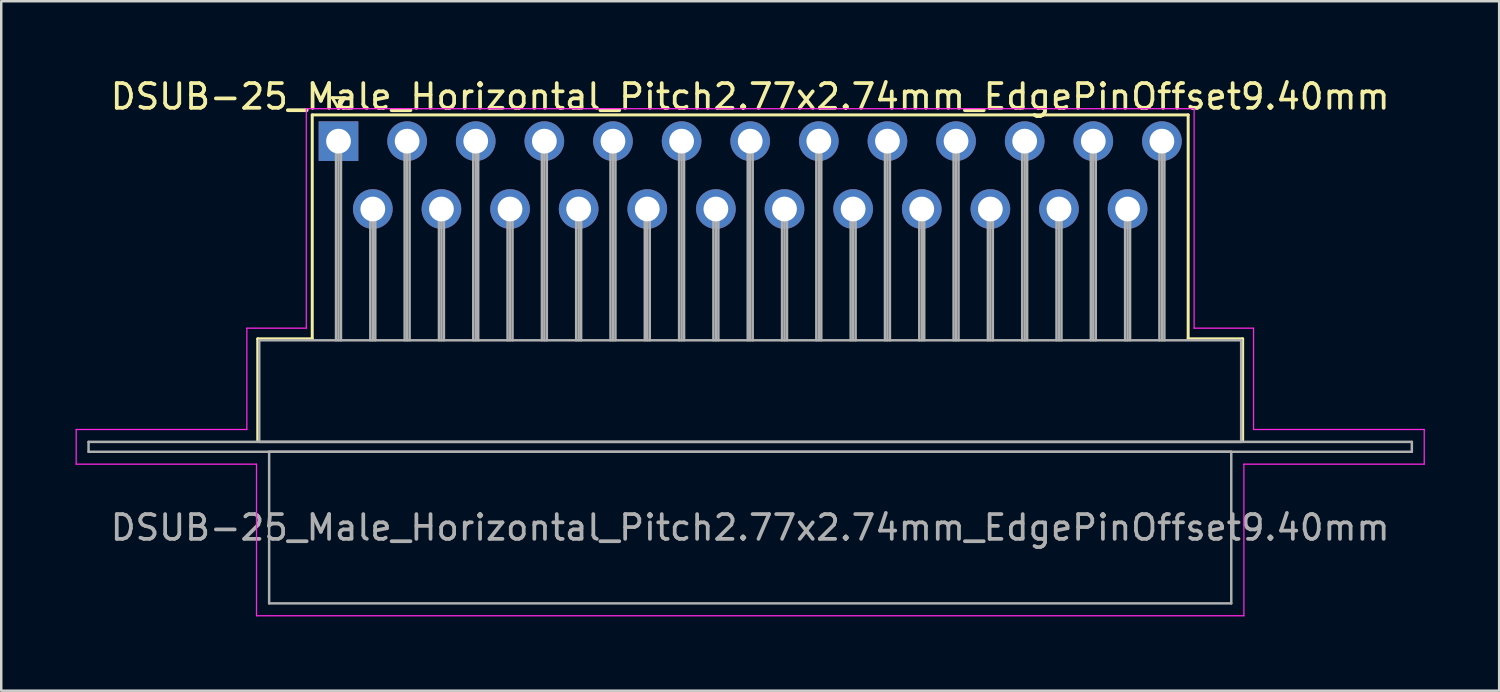
<source format=kicad_pcb>
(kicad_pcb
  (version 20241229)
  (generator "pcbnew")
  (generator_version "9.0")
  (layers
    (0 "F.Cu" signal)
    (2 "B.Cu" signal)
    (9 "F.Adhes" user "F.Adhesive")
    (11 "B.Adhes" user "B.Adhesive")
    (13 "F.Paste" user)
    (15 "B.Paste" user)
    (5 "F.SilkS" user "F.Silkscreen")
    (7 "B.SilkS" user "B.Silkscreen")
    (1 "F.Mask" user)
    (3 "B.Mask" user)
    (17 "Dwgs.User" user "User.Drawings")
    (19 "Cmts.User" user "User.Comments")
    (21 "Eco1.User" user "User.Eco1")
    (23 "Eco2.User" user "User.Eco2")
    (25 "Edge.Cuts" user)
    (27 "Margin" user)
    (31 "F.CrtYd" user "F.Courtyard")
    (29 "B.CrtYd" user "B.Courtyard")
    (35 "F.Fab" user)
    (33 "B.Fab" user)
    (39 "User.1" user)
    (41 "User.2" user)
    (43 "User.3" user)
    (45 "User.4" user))
  (footprint "DSUB-25_Male_Horizontal_Pitch2.77x2.74mm_EdgePinOffset9.40mm"
    (layer "F.Cu")
    (at 10.615 2.648)
    (property "Reference" "DSUB-25_Male_Horizontal_Pitch2.77x2.74mm_EdgePinOffset9.40mm" (at 16.62 -1.8 0) (layer "F.SilkS") (effects (font (size 1 1) (thickness 0.15))))
    (attr through_hole)
    (fp_line (start -3.26 7.98) (end -1.06 7.98) (stroke (width 0.12) (type solid)) (layer "F.SilkS"))
    (fp_line (start -3.26 12.08) (end -3.26 7.98) (stroke (width 0.12) (type solid)) (layer "F.SilkS"))
    (fp_line (start -1.06 -1.06) (end 34.3 -1.06) (stroke (width 0.12) (type solid)) (layer "F.SilkS"))
    (fp_line (start -1.06 7.98) (end -1.06 -1.06) (stroke (width 0.12) (type solid)) (layer "F.SilkS"))
    (fp_line (start -0.25 -1.754) (end 0.25 -1.754) (stroke (width 0.12) (type solid)) (layer "F.SilkS"))
    (fp_line (start 0 -1.321) (end -0.25 -1.754) (stroke (width 0.12) (type solid)) (layer "F.SilkS"))
    (fp_line (start 0.25 -1.754) (end 0 -1.321) (stroke (width 0.12) (type solid)) (layer "F.SilkS"))
    (fp_line (start 34.3 -1.06) (end 34.3 7.98) (stroke (width 0.12) (type solid)) (layer "F.SilkS"))
    (fp_line (start 34.3 7.98) (end 36.5 7.98) (stroke (width 0.12) (type solid)) (layer "F.SilkS"))
    (fp_line (start 36.5 7.98) (end 36.5 12.08) (stroke (width 0.12) (type solid)) (layer "F.SilkS"))
    (fp_line (start -10.59 11.64) (end -3.7 11.64) (stroke (width 0.05) (type solid)) (layer "F.CrtYd"))
    (fp_line (start -10.59 13.04) (end -10.59 11.64) (stroke (width 0.05) (type solid)) (layer "F.CrtYd"))
    (fp_line (start -3.7 7.55) (end -1.3 7.55) (stroke (width 0.05) (type solid)) (layer "F.CrtYd"))
    (fp_line (start -3.7 11.64) (end -3.7 7.55) (stroke (width 0.05) (type solid)) (layer "F.CrtYd"))
    (fp_line (start -3.31 13.04) (end -10.59 13.04) (stroke (width 0.05) (type solid)) (layer "F.CrtYd"))
    (fp_line (start -3.31 19.16) (end -3.31 13.04) (stroke (width 0.05) (type solid)) (layer "F.CrtYd"))
    (fp_line (start -1.3 -1.31) (end 34.54 -1.31) (stroke (width 0.05) (type solid)) (layer "F.CrtYd"))
    (fp_line (start -1.3 7.55) (end -1.3 -1.31) (stroke (width 0.05) (type solid)) (layer "F.CrtYd"))
    (fp_line (start 34.54 -1.31) (end 34.54 7.55) (stroke (width 0.05) (type solid)) (layer "F.CrtYd"))
    (fp_line (start 34.54 7.55) (end 36.94 7.55) (stroke (width 0.05) (type solid)) (layer "F.CrtYd"))
    (fp_line (start 36.55 13.04) (end 36.55 19.16) (stroke (width 0.05) (type solid)) (layer "F.CrtYd"))
    (fp_line (start 36.55 19.16) (end -3.31 19.16) (stroke (width 0.05) (type solid)) (layer "F.CrtYd"))
    (fp_line (start 36.94 7.55) (end 36.94 11.64) (stroke (width 0.05) (type solid)) (layer "F.CrtYd"))
    (fp_line (start 36.94 11.64) (end 43.83 11.64) (stroke (width 0.05) (type solid)) (layer "F.CrtYd"))
    (fp_line (start 43.83 11.64) (end 43.83 13.04) (stroke (width 0.05) (type solid)) (layer "F.CrtYd"))
    (fp_line (start 43.83 13.04) (end 36.55 13.04) (stroke (width 0.05) (type solid)) (layer "F.CrtYd"))
    (fp_line (start -10.09 12.14) (end -10.09 12.54) (stroke (width 0.1) (type solid)) (layer "F.Fab"))
    (fp_line (start -10.09 12.54) (end 43.33 12.54) (stroke (width 0.1) (type solid)) (layer "F.Fab"))
    (fp_line (start -3.2 8.04) (end -3.2 12.14) (stroke (width 0.1) (type solid)) (layer "F.Fab"))
    (fp_line (start -3.2 12.14) (end 36.44 12.14) (stroke (width 0.1) (type solid)) (layer "F.Fab"))
    (fp_line (start -2.8 12.54) (end -2.8 18.66) (stroke (width 0.1) (type solid)) (layer "F.Fab"))
    (fp_line (start -2.8 18.66) (end 36.04 18.66) (stroke (width 0.1) (type solid)) (layer "F.Fab"))
    (fp_line (start -0.1 0) (end -0.1 8.04) (stroke (width 0.1) (type solid)) (layer "F.Fab"))
    (fp_line (start 0 0) (end 0 8.04) (stroke (width 0.1) (type solid)) (layer "F.Fab"))
    (fp_line (start 0.1 0) (end 0.1 8.04) (stroke (width 0.1) (type solid)) (layer "F.Fab"))
    (fp_line (start 1.285 2.74) (end 1.285 8.04) (stroke (width 0.1) (type solid)) (layer "F.Fab"))
    (fp_line (start 1.385 2.74) (end 1.385 8.04) (stroke (width 0.1) (type solid)) (layer "F.Fab"))
    (fp_line (start 1.485 2.74) (end 1.485 8.04) (stroke (width 0.1) (type solid)) (layer "F.Fab"))
    (fp_line (start 2.67 0) (end 2.67 8.04) (stroke (width 0.1) (type solid)) (layer "F.Fab"))
    (fp_line (start 2.77 0) (end 2.77 8.04) (stroke (width 0.1) (type solid)) (layer "F.Fab"))
    (fp_line (start 2.87 0) (end 2.87 8.04) (stroke (width 0.1) (type solid)) (layer "F.Fab"))
    (fp_line (start 4.055 2.74) (end 4.055 8.04) (stroke (width 0.1) (type solid)) (layer "F.Fab"))
    (fp_line (start 4.155 2.74) (end 4.155 8.04) (stroke (width 0.1) (type solid)) (layer "F.Fab"))
    (fp_line (start 4.255 2.74) (end 4.255 8.04) (stroke (width 0.1) (type solid)) (layer "F.Fab"))
    (fp_line (start 5.44 0) (end 5.44 8.04) (stroke (width 0.1) (type solid)) (layer "F.Fab"))
    (fp_line (start 5.54 0) (end 5.54 8.04) (stroke (width 0.1) (type solid)) (layer "F.Fab"))
    (fp_line (start 5.64 0) (end 5.64 8.04) (stroke (width 0.1) (type solid)) (layer "F.Fab"))
    (fp_line (start 6.825 2.74) (end 6.825 8.04) (stroke (width 0.1) (type solid)) (layer "F.Fab"))
    (fp_line (start 6.925 2.74) (end 6.925 8.04) (stroke (width 0.1) (type solid)) (layer "F.Fab"))
    (fp_line (start 7.025 2.74) (end 7.025 8.04) (stroke (width 0.1) (type solid)) (layer "F.Fab"))
    (fp_line (start 8.21 0) (end 8.21 8.04) (stroke (width 0.1) (type solid)) (layer "F.Fab"))
    (fp_line (start 8.31 0) (end 8.31 8.04) (stroke (width 0.1) (type solid)) (layer "F.Fab"))
    (fp_line (start 8.41 0) (end 8.41 8.04) (stroke (width 0.1) (type solid)) (layer "F.Fab"))
    (fp_line (start 9.595 2.74) (end 9.595 8.04) (stroke (width 0.1) (type solid)) (layer "F.Fab"))
    (fp_line (start 9.695 2.74) (end 9.695 8.04) (stroke (width 0.1) (type solid)) (layer "F.Fab"))
    (fp_line (start 9.795 2.74) (end 9.795 8.04) (stroke (width 0.1) (type solid)) (layer "F.Fab"))
    (fp_line (start 10.98 0) (end 10.98 8.04) (stroke (width 0.1) (type solid)) (layer "F.Fab"))
    (fp_line (start 11.08 0) (end 11.08 8.04) (stroke (width 0.1) (type solid)) (layer "F.Fab"))
    (fp_line (start 11.18 0) (end 11.18 8.04) (stroke (width 0.1) (type solid)) (layer "F.Fab"))
    (fp_line (start 12.365 2.74) (end 12.365 8.04) (stroke (width 0.1) (type solid)) (layer "F.Fab"))
    (fp_line (start 12.465 2.74) (end 12.465 8.04) (stroke (width 0.1) (type solid)) (layer "F.Fab"))
    (fp_line (start 12.565 2.74) (end 12.565 8.04) (stroke (width 0.1) (type solid)) (layer "F.Fab"))
    (fp_line (start 13.75 0) (end 13.75 8.04) (stroke (width 0.1) (type solid)) (layer "F.Fab"))
    (fp_line (start 13.85 0) (end 13.85 8.04) (stroke (width 0.1) (type solid)) (layer "F.Fab"))
    (fp_line (start 13.95 0) (end 13.95 8.04) (stroke (width 0.1) (type solid)) (layer "F.Fab"))
    (fp_line (start 15.135 2.74) (end 15.135 8.04) (stroke (width 0.1) (type solid)) (layer "F.Fab"))
    (fp_line (start 15.235 2.74) (end 15.235 8.04) (stroke (width 0.1) (type solid)) (layer "F.Fab"))
    (fp_line (start 15.335 2.74) (end 15.335 8.04) (stroke (width 0.1) (type solid)) (layer "F.Fab"))
    (fp_line (start 16.52 0) (end 16.52 8.04) (stroke (width 0.1) (type solid)) (layer "F.Fab"))
    (fp_line (start 16.62 0) (end 16.62 8.04) (stroke (width 0.1) (type solid)) (layer "F.Fab"))
    (fp_line (start 16.72 0) (end 16.72 8.04) (stroke (width 0.1) (type solid)) (layer "F.Fab"))
    (fp_line (start 17.905 2.74) (end 17.905 8.04) (stroke (width 0.1) (type solid)) (layer "F.Fab"))
    (fp_line (start 18.005 2.74) (end 18.005 8.04) (stroke (width 0.1) (type solid)) (layer "F.Fab"))
    (fp_line (start 18.105 2.74) (end 18.105 8.04) (stroke (width 0.1) (type solid)) (layer "F.Fab"))
    (fp_line (start 19.29 0) (end 19.29 8.04) (stroke (width 0.1) (type solid)) (layer "F.Fab"))
    (fp_line (start 19.39 0) (end 19.39 8.04) (stroke (width 0.1) (type solid)) (layer "F.Fab"))
    (fp_line (start 19.49 0) (end 19.49 8.04) (stroke (width 0.1) (type solid)) (layer "F.Fab"))
    (fp_line (start 20.675 2.74) (end 20.675 8.04) (stroke (width 0.1) (type solid)) (layer "F.Fab"))
    (fp_line (start 20.775 2.74) (end 20.775 8.04) (stroke (width 0.1) (type solid)) (layer "F.Fab"))
    (fp_line (start 20.875 2.74) (end 20.875 8.04) (stroke (width 0.1) (type solid)) (layer "F.Fab"))
    (fp_line (start 22.06 0) (end 22.06 8.04) (stroke (width 0.1) (type solid)) (layer "F.Fab"))
    (fp_line (start 22.16 0) (end 22.16 8.04) (stroke (width 0.1) (type solid)) (layer "F.Fab"))
    (fp_line (start 22.26 0) (end 22.26 8.04) (stroke (width 0.1) (type solid)) (layer "F.Fab"))
    (fp_line (start 23.445 2.74) (end 23.445 8.04) (stroke (width 0.1) (type solid)) (layer "F.Fab"))
    (fp_line (start 23.545 2.74) (end 23.545 8.04) (stroke (width 0.1) (type solid)) (layer "F.Fab"))
    (fp_line (start 23.645 2.74) (end 23.645 8.04) (stroke (width 0.1) (type solid)) (layer "F.Fab"))
    (fp_line (start 24.83 0) (end 24.83 8.04) (stroke (width 0.1) (type solid)) (layer "F.Fab"))
    (fp_line (start 24.93 0) (end 24.93 8.04) (stroke (width 0.1) (type solid)) (layer "F.Fab"))
    (fp_line (start 25.03 0) (end 25.03 8.04) (stroke (width 0.1) (type solid)) (layer "F.Fab"))
    (fp_line (start 26.215 2.74) (end 26.215 8.04) (stroke (width 0.1) (type solid)) (layer "F.Fab"))
    (fp_line (start 26.315 2.74) (end 26.315 8.04) (stroke (width 0.1) (type solid)) (layer "F.Fab"))
    (fp_line (start 26.415 2.74) (end 26.415 8.04) (stroke (width 0.1) (type solid)) (layer "F.Fab"))
    (fp_line (start 27.6 0) (end 27.6 8.04) (stroke (width 0.1) (type solid)) (layer "F.Fab"))
    (fp_line (start 27.7 0) (end 27.7 8.04) (stroke (width 0.1) (type solid)) (layer "F.Fab"))
    (fp_line (start 27.8 0) (end 27.8 8.04) (stroke (width 0.1) (type solid)) (layer "F.Fab"))
    (fp_line (start 28.985 2.74) (end 28.985 8.04) (stroke (width 0.1) (type solid)) (layer "F.Fab"))
    (fp_line (start 29.085 2.74) (end 29.085 8.04) (stroke (width 0.1) (type solid)) (layer "F.Fab"))
    (fp_line (start 29.185 2.74) (end 29.185 8.04) (stroke (width 0.1) (type solid)) (layer "F.Fab"))
    (fp_line (start 30.37 0) (end 30.37 8.04) (stroke (width 0.1) (type solid)) (layer "F.Fab"))
    (fp_line (start 30.47 0) (end 30.47 8.04) (stroke (width 0.1) (type solid)) (layer "F.Fab"))
    (fp_line (start 30.57 0) (end 30.57 8.04) (stroke (width 0.1) (type solid)) (layer "F.Fab"))
    (fp_line (start 31.755 2.74) (end 31.755 8.04) (stroke (width 0.1) (type solid)) (layer "F.Fab"))
    (fp_line (start 31.855 2.74) (end 31.855 8.04) (stroke (width 0.1) (type solid)) (layer "F.Fab"))
    (fp_line (start 31.955 2.74) (end 31.955 8.04) (stroke (width 0.1) (type solid)) (layer "F.Fab"))
    (fp_line (start 33.14 0) (end 33.14 8.04) (stroke (width 0.1) (type solid)) (layer "F.Fab"))
    (fp_line (start 33.24 0) (end 33.24 8.04) (stroke (width 0.1) (type solid)) (layer "F.Fab"))
    (fp_line (start 33.34 0) (end 33.34 8.04) (stroke (width 0.1) (type solid)) (layer "F.Fab"))
    (fp_line (start 36.04 12.54) (end -2.8 12.54) (stroke (width 0.1) (type solid)) (layer "F.Fab"))
    (fp_line (start 36.04 18.66) (end 36.04 12.54) (stroke (width 0.1) (type solid)) (layer "F.Fab"))
    (fp_line (start 36.44 8.04) (end -3.2 8.04) (stroke (width 0.1) (type solid)) (layer "F.Fab"))
    (fp_line (start 36.44 12.14) (end 36.44 8.04) (stroke (width 0.1) (type solid)) (layer "F.Fab"))
    (fp_line (start 43.33 12.14) (end -10.09 12.14) (stroke (width 0.1) (type solid)) (layer "F.Fab"))
    (fp_line (start 43.33 12.54) (end 43.33 12.14) (stroke (width 0.1) (type solid)) (layer "F.Fab"))
    (fp_text user "${REFERENCE}" (at 16.62 15.6 0) (layer "F.Fab") (effects (font (size 1 1) (thickness 0.15))))
    (pad "1" thru_hole rect (at 0 0) (size 1.6 1.6) (drill 1) (layers "*.Cu" "*.Mask"))
    (pad "2" thru_hole circle (at 2.77 0) (size 1.6 1.6) (drill 1) (layers "*.Cu" "*.Mask"))
    (pad "3" thru_hole circle (at 5.54 0) (size 1.6 1.6) (drill 1) (layers "*.Cu" "*.Mask"))
    (pad "4" thru_hole circle (at 8.31 0) (size 1.6 1.6) (drill 1) (layers "*.Cu" "*.Mask"))
    (pad "5" thru_hole circle (at 11.08 0) (size 1.6 1.6) (drill 1) (layers "*.Cu" "*.Mask"))
    (pad "6" thru_hole circle (at 13.85 0) (size 1.6 1.6) (drill 1) (layers "*.Cu" "*.Mask"))
    (pad "7" thru_hole circle (at 16.62 0) (size 1.6 1.6) (drill 1) (layers "*.Cu" "*.Mask"))
    (pad "8" thru_hole circle (at 19.39 0) (size 1.6 1.6) (drill 1) (layers "*.Cu" "*.Mask"))
    (pad "9" thru_hole circle (at 22.16 0) (size 1.6 1.6) (drill 1) (layers "*.Cu" "*.Mask"))
    (pad "10" thru_hole circle (at 24.93 0) (size 1.6 1.6) (drill 1) (layers "*.Cu" "*.Mask"))
    (pad "11" thru_hole circle (at 27.7 0) (size 1.6 1.6) (drill 1) (layers "*.Cu" "*.Mask"))
    (pad "12" thru_hole circle (at 30.47 0) (size 1.6 1.6) (drill 1) (layers "*.Cu" "*.Mask"))
    (pad "13" thru_hole circle (at 33.24 0) (size 1.6 1.6) (drill 1) (layers "*.Cu" "*.Mask"))
    (pad "14" thru_hole circle (at 1.385 2.74) (size 1.6 1.6) (drill 1) (layers "*.Cu" "*.Mask"))
    (pad "15" thru_hole circle (at 4.155 2.74) (size 1.6 1.6) (drill 1) (layers "*.Cu" "*.Mask"))
    (pad "16" thru_hole circle (at 6.925 2.74) (size 1.6 1.6) (drill 1) (layers "*.Cu" "*.Mask"))
    (pad "17" thru_hole circle (at 9.695 2.74) (size 1.6 1.6) (drill 1) (layers "*.Cu" "*.Mask"))
    (pad "18" thru_hole circle (at 12.465 2.74) (size 1.6 1.6) (drill 1) (layers "*.Cu" "*.Mask"))
    (pad "19" thru_hole circle (at 15.235 2.74) (size 1.6 1.6) (drill 1) (layers "*.Cu" "*.Mask"))
    (pad "20" thru_hole circle (at 18.005 2.74) (size 1.6 1.6) (drill 1) (layers "*.Cu" "*.Mask"))
    (pad "21" thru_hole circle (at 20.775 2.74) (size 1.6 1.6) (drill 1) (layers "*.Cu" "*.Mask"))
    (pad "22" thru_hole circle (at 23.545 2.74) (size 1.6 1.6) (drill 1) (layers "*.Cu" "*.Mask"))
    (pad "23" thru_hole circle (at 26.315 2.74) (size 1.6 1.6) (drill 1) (layers "*.Cu" "*.Mask"))
    (pad "24" thru_hole circle (at 29.085 2.74) (size 1.6 1.6) (drill 1) (layers "*.Cu" "*.Mask"))
    (pad "25" thru_hole circle (at 31.855 2.74) (size 1.6 1.6) (drill 1) (layers "*.Cu" "*.Mask")))
  (gr_rect
    (start -3 -3)
    (end 57.47 24.833)
    (stroke (width 0.1) (type default))
    (fill no)
    (layer "Edge.Cuts")))
</source>
